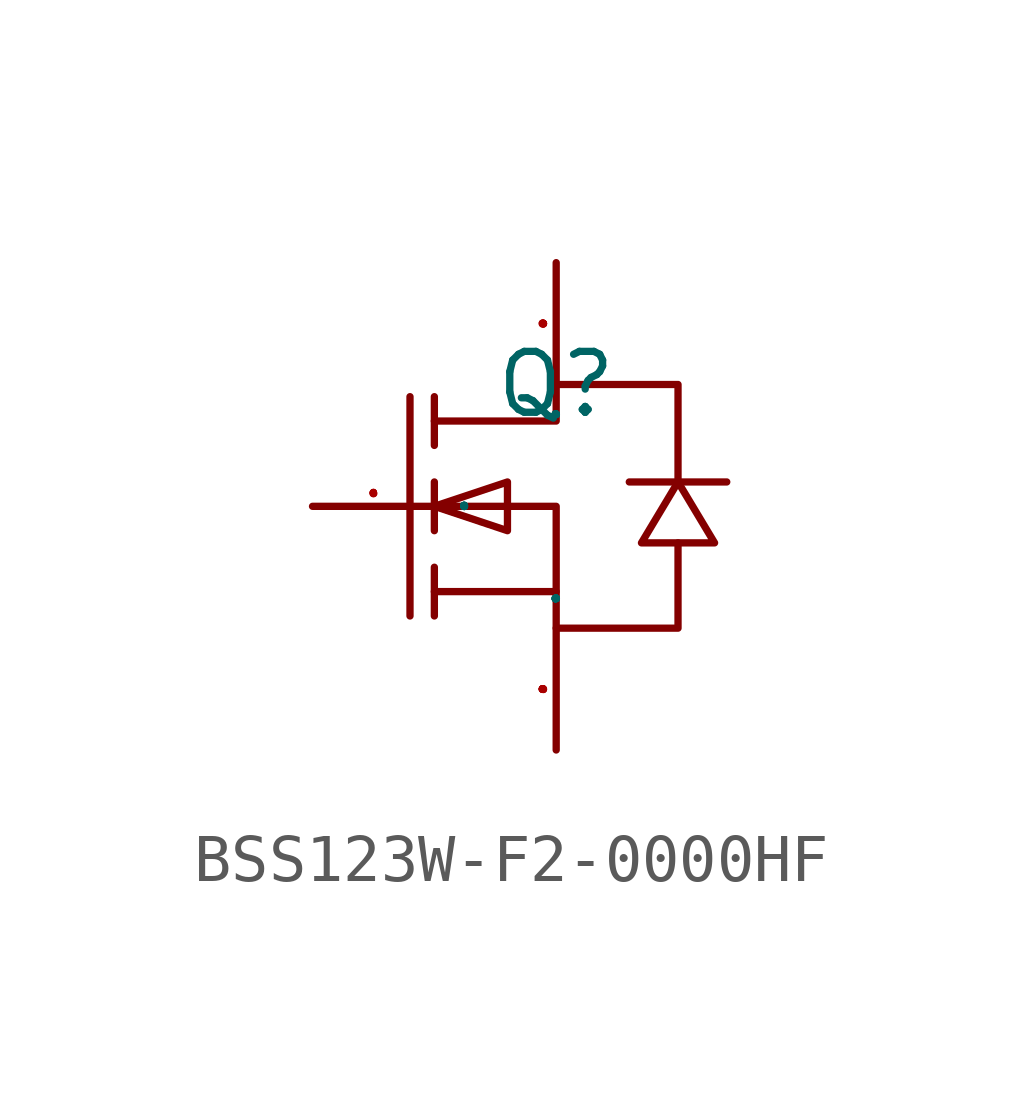
<source format=kicad_sym>
(kicad_symbol_lib
  (version 20241209)
  (generator "kicad_symbol_editor")
  (generator_version "9.0")
  (symbol "BSS123W-F2-0000HF"
    (property "Reference" "Q"
      (at 0 0 0)
      (effects (font (size 1.27 1.27))))
    (property "Value" ""
      (at 0 0 0)
      (effects (font (size 1.27 1.27))))
    (symbol "BSS123W-F2-0000HF_1_0"
      (polyline (pts (xy -3.048 -0.254) (xy -3.048 -4.826)) (stroke (width 0) (type default)) (fill (type none)))
      (polyline (pts (xy -2.54 -0.254) (xy -2.54 -1.27)) (stroke (width 0) (type default)) (fill (type none)))
      (polyline (pts (xy -2.54 -0.762) (xy 0 -0.762) (xy 0 -0.762) (xy 0 0) (xy 0 0) (xy 2.54 0) (xy 2.54 0) (xy 2.54 -2.032)) (stroke (width 0) (type default)) (fill (type none)))
      (polyline (pts (xy -2.54 -2.54) (xy -1.016 -3.048) (xy -1.016 -3.048) (xy -1.016 -2.032) (xy -1.016 -2.032) (xy -2.54 -2.54)) (stroke (width 0) (type default)) (fill (type none)))
      (polyline (pts (xy -2.54 -2.54) (xy 0 -2.54) (xy 0 -2.54) (xy 0 -5.08) (xy 0 -5.08) (xy 2.54 -5.08) (xy 2.54 -5.08) (xy 2.54 -3.302)) (stroke (width 0) (type default)) (fill (type none)))
      (polyline (pts (xy -2.54 -3.048) (xy -2.54 -2.032)) (stroke (width 0) (type default)) (fill (type none)))
      (polyline (pts (xy -2.54 -4.826) (xy -2.54 -3.81)) (stroke (width 0) (type default)) (fill (type none)))
      (polyline (pts (xy 0 -4.318) (xy -2.54 -4.318)) (stroke (width 0) (type default)) (fill (type none)))
      (polyline (pts (xy 2.54 -2.032) (xy 1.778 -3.302) (xy 1.778 -3.302) (xy 3.302 -3.302) (xy 3.302 -3.302) (xy 2.54 -2.032)) (stroke (width 0) (type default)) (fill (type none)))
      (polyline (pts (xy 3.556 -2.032) (xy 3.048 -2.032) (xy 3.048 -2.032) (xy 2.032 -2.032) (xy 2.032 -2.032) (xy 1.524 -2.032)) (stroke (width 0) (type default)) (fill (type none)))
      (pin unspecified line (at -5.08 -2.54 0) (length 2.54) (name "G" (effects (font (size 0.025 0.025)))) (number "1" (effects (font (size 0.025 0.025)))))
      (pin unspecified line (at 0 2.54 270) (length 2.54) (name "D" (effects (font (size 0.025 0.025)))) (number "3" (effects (font (size 0.025 0.025)))))
      (pin unspecified line (at 0 -7.62 90) (length 2.54) (name "S" (effects (font (size 0.025 0.025)))) (number "2" (effects (font (size 0.025 0.025))))))))
</source>
